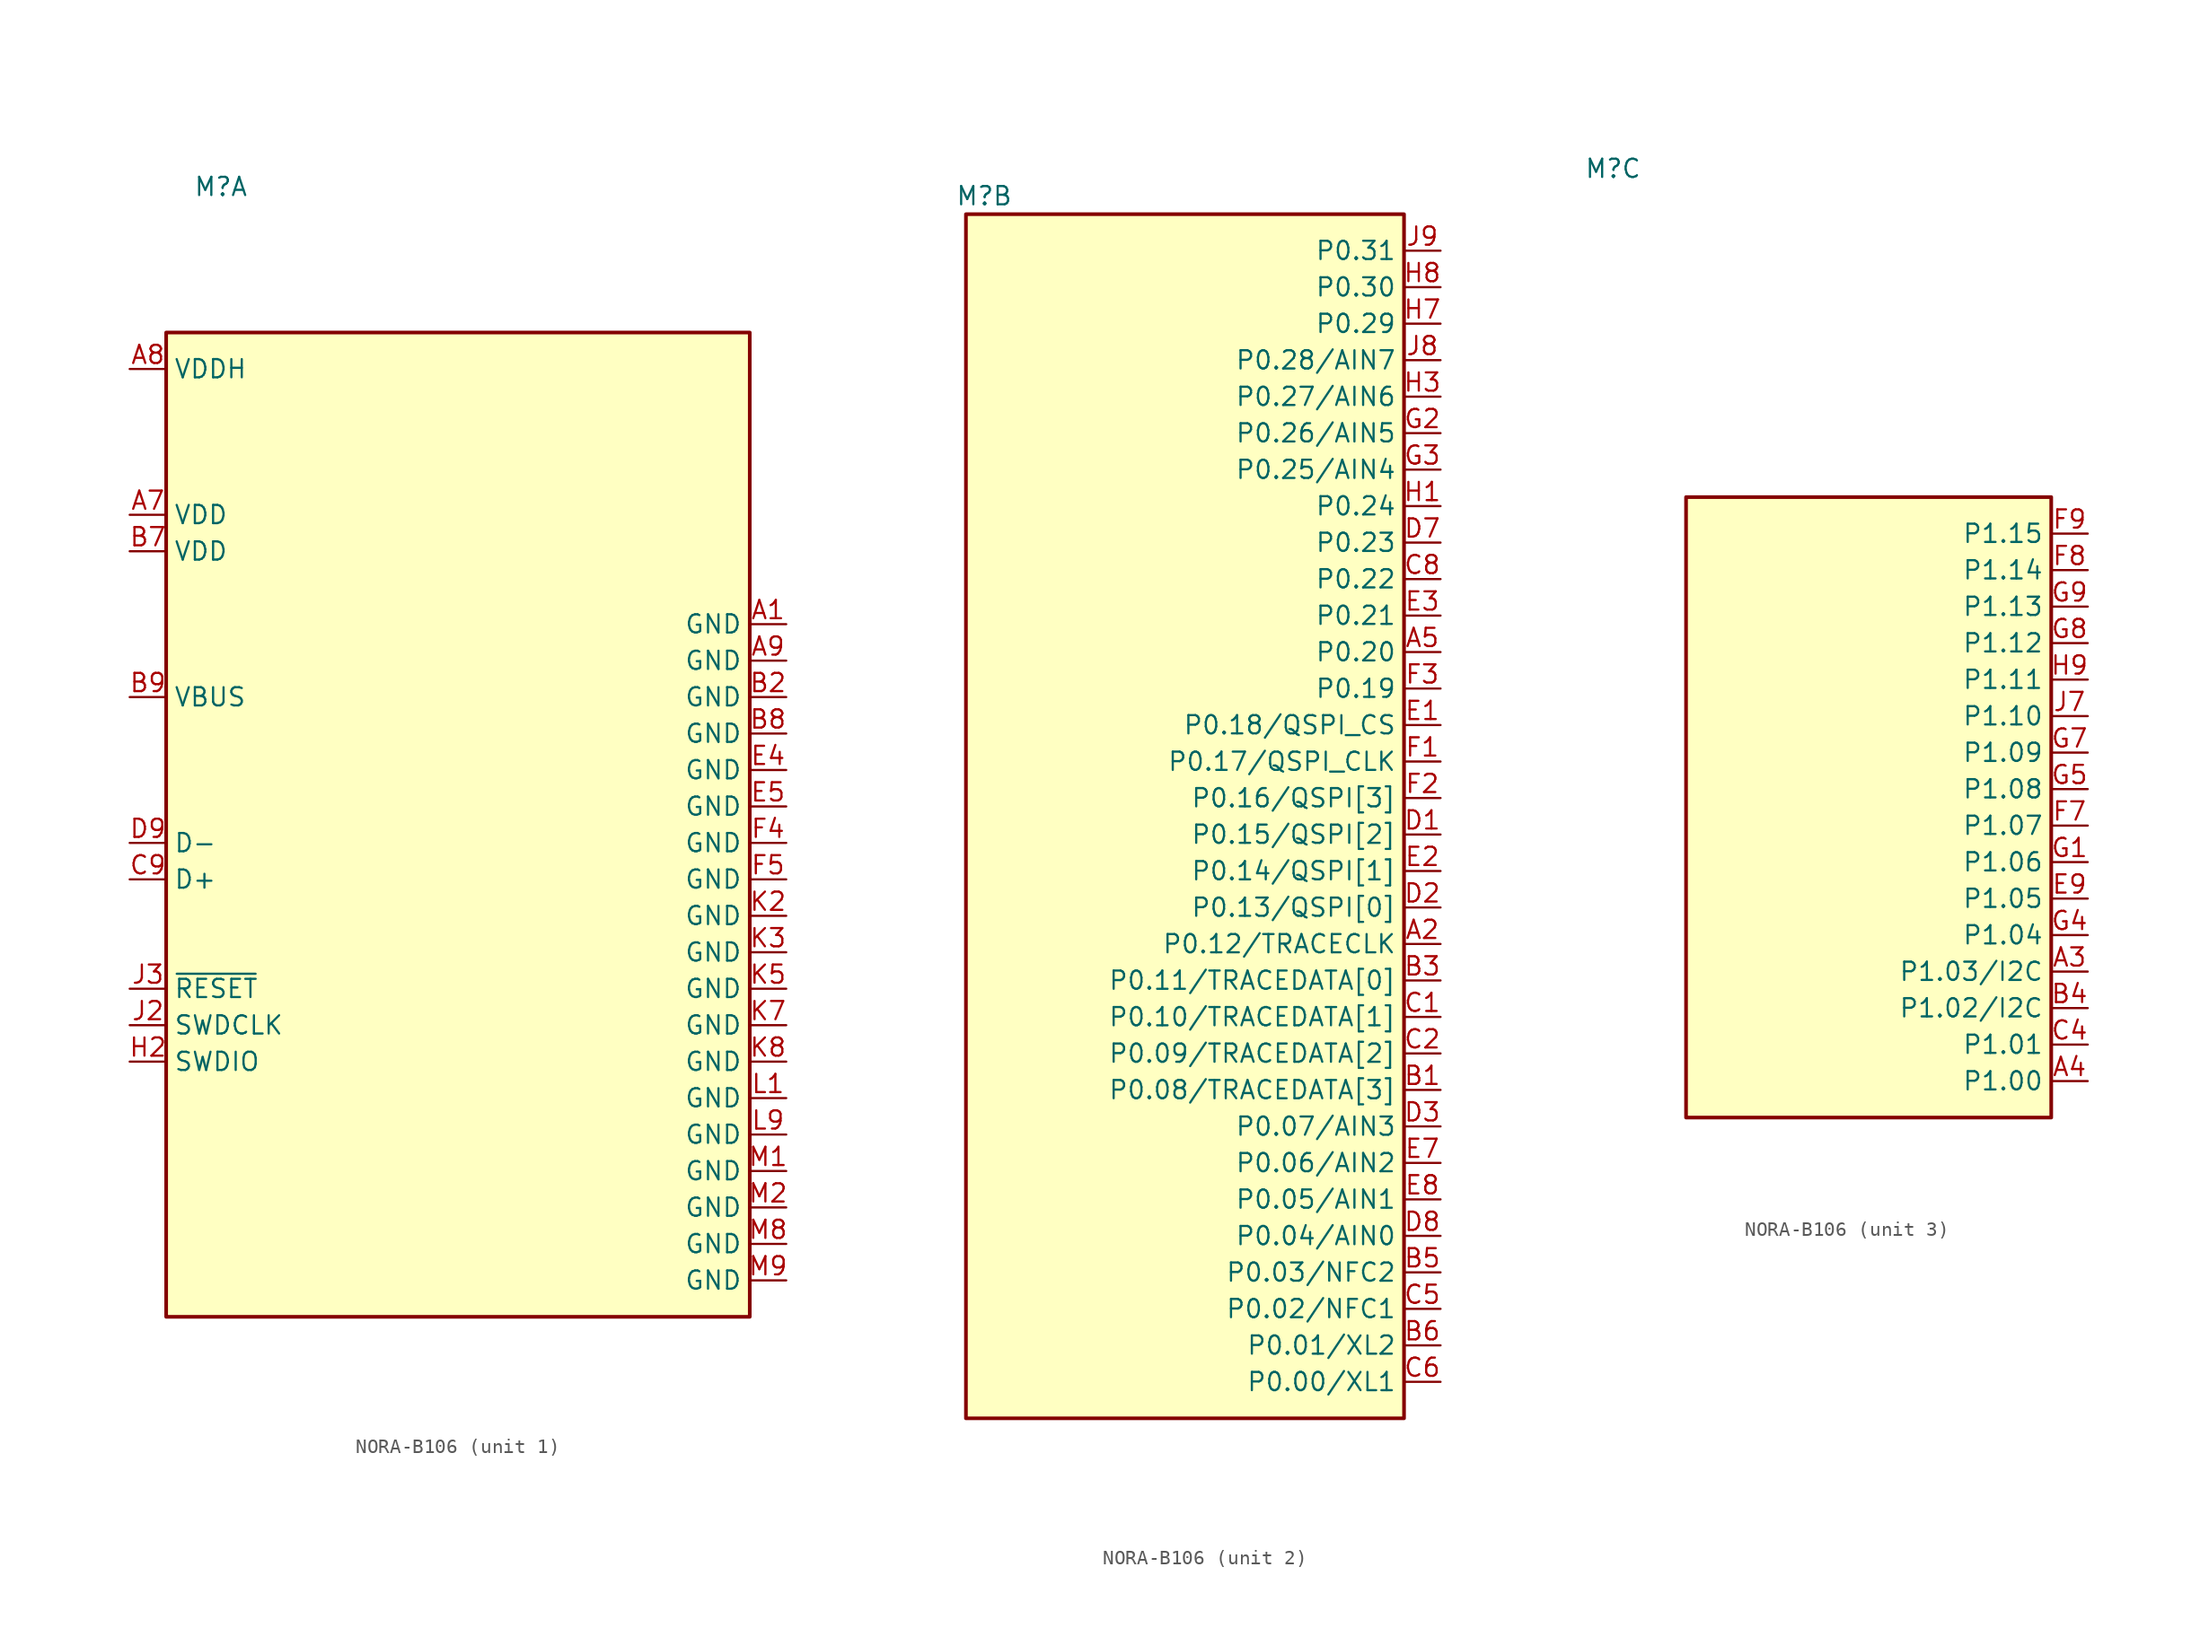
<source format=kicad_sym>
(kicad_symbol_lib
  (version 20220914)
  (generator kicad_symbol_editor)
  (symbol "NORA-B106"
    (property "Reference" "M"
      (at -17.78 44.45 0)
      (effects (font (size 1.27 1.27))))
    (property "Value" ""
      (at 0 0 0)
      (effects (font (size 1.27 1.27))))
    (property "ki_locked" ""
      (at 0 0 0)
      (effects (font (size 1.27 1.27))))
    (symbol "NORA-B106_1_0"
      (rectangle (start -21.59 34.29) (end 19.05 -34.29) (stroke (width 0.254) (type default)) (fill (type background)))
      (pin power_in line (at 21.59 13.97 180) (length 2.54) (name "GND" (effects (font (size 1.27 1.27)))) (number "A1" (effects (font (size 1.27 1.27)))))
      (pin no_connect line (at 21.59 31.75 180) (length 2.54) hide (name "NC" (effects (font (size 1.27 1.27)))) (number "A6" (effects (font (size 1.27 1.27)))))
      (pin power_in line (at -24.13 21.59 0) (length 2.54) (name "VDD" (effects (font (size 1.27 1.27)))) (number "A7" (effects (font (size 1.27 1.27)))))
      (pin power_in line (at -24.13 31.75 0) (length 2.54) (name "VDDH" (effects (font (size 1.27 1.27)))) (number "A8" (effects (font (size 1.27 1.27)))))
      (pin power_in line (at 21.59 11.43 180) (length 2.54) (name "GND" (effects (font (size 1.27 1.27)))) (number "A9" (effects (font (size 1.27 1.27)))))
      (pin power_in line (at 21.59 8.89 180) (length 2.54) (name "GND" (effects (font (size 1.27 1.27)))) (number "B2" (effects (font (size 1.27 1.27)))))
      (pin power_in line (at -24.13 19.05 0) (length 2.54) (name "VDD" (effects (font (size 1.27 1.27)))) (number "B7" (effects (font (size 1.27 1.27)))))
      (pin power_in line (at 21.59 6.35 180) (length 2.54) (name "GND" (effects (font (size 1.27 1.27)))) (number "B8" (effects (font (size 1.27 1.27)))))
      (pin power_in line (at -24.13 8.89 0) (length 2.54) (name "VBUS" (effects (font (size 1.27 1.27)))) (number "B9" (effects (font (size 1.27 1.27)))))
      (pin bidirectional line (at -24.13 -3.81 0) (length 2.54) (name "D+" (effects (font (size 1.27 1.27)))) (number "C9" (effects (font (size 1.27 1.27)))))
      (pin bidirectional line (at -24.13 -1.27 0) (length 2.54) (name "D-" (effects (font (size 1.27 1.27)))) (number "D9" (effects (font (size 1.27 1.27)))))
      (pin power_in line (at 21.59 3.81 180) (length 2.54) (name "GND" (effects (font (size 1.27 1.27)))) (number "E4" (effects (font (size 1.27 1.27)))))
      (pin power_in line (at 21.59 1.27 180) (length 2.54) (name "GND" (effects (font (size 1.27 1.27)))) (number "E5" (effects (font (size 1.27 1.27)))))
      (pin power_in line (at 21.59 -1.27 180) (length 2.54) (name "GND" (effects (font (size 1.27 1.27)))) (number "F4" (effects (font (size 1.27 1.27)))))
      (pin power_in line (at 21.59 -3.81 180) (length 2.54) (name "GND" (effects (font (size 1.27 1.27)))) (number "F5" (effects (font (size 1.27 1.27)))))
      (pin bidirectional line (at -24.13 -16.51 0) (length 2.54) (name "SWDIO" (effects (font (size 1.27 1.27)))) (number "H2" (effects (font (size 1.27 1.27)))))
      (pin no_connect line (at 21.59 29.21 180) (length 2.54) hide (name "NC" (effects (font (size 1.27 1.27)))) (number "J1" (effects (font (size 1.27 1.27)))))
      (pin input line (at -24.13 -13.97 0) (length 2.54) (name "SWDCLK" (effects (font (size 1.27 1.27)))) (number "J2" (effects (font (size 1.27 1.27)))))
      (pin input line (at -24.13 -11.43 0) (length 2.54) (name "~{RESET}" (effects (font (size 1.27 1.27)))) (number "J3" (effects (font (size 1.27 1.27)))))
      (pin no_connect line (at 21.59 26.67 180) (length 2.54) hide (name "NC" (effects (font (size 1.27 1.27)))) (number "J4" (effects (font (size 1.27 1.27)))))
      (pin no_connect line (at 21.59 24.13 180) (length 2.54) hide (name "NC" (effects (font (size 1.27 1.27)))) (number "J5" (effects (font (size 1.27 1.27)))))
      (pin no_connect line (at 21.59 21.59 180) (length 2.54) hide (name "NC" (effects (font (size 1.27 1.27)))) (number "K1" (effects (font (size 1.27 1.27)))))
      (pin power_in line (at 21.59 -6.35 180) (length 2.54) (name "GND" (effects (font (size 1.27 1.27)))) (number "K2" (effects (font (size 1.27 1.27)))))
      (pin power_in line (at 21.59 -8.89 180) (length 2.54) (name "GND" (effects (font (size 1.27 1.27)))) (number "K3" (effects (font (size 1.27 1.27)))))
      (pin power_in line (at 21.59 -11.43 180) (length 2.54) (name "GND" (effects (font (size 1.27 1.27)))) (number "K5" (effects (font (size 1.27 1.27)))))
      (pin power_in line (at 21.59 -13.97 180) (length 2.54) (name "GND" (effects (font (size 1.27 1.27)))) (number "K7" (effects (font (size 1.27 1.27)))))
      (pin power_in line (at 21.59 -16.51 180) (length 2.54) (name "GND" (effects (font (size 1.27 1.27)))) (number "K8" (effects (font (size 1.27 1.27)))))
      (pin no_connect line (at 21.59 19.05 180) (length 2.54) hide (name "NC" (effects (font (size 1.27 1.27)))) (number "K9" (effects (font (size 1.27 1.27)))))
      (pin power_in line (at 21.59 -19.05 180) (length 2.54) (name "GND" (effects (font (size 1.27 1.27)))) (number "L1" (effects (font (size 1.27 1.27)))))
      (pin power_in line (at 21.59 -21.59 180) (length 2.54) (name "GND" (effects (font (size 1.27 1.27)))) (number "L9" (effects (font (size 1.27 1.27)))))
      (pin power_in line (at 21.59 -24.13 180) (length 2.54) (name "GND" (effects (font (size 1.27 1.27)))) (number "M1" (effects (font (size 1.27 1.27)))))
      (pin power_in line (at 21.59 -26.67 180) (length 2.54) (name "GND" (effects (font (size 1.27 1.27)))) (number "M2" (effects (font (size 1.27 1.27)))))
      (pin power_in line (at 21.59 -29.21 180) (length 2.54) (name "GND" (effects (font (size 1.27 1.27)))) (number "M8" (effects (font (size 1.27 1.27)))))
      (pin power_in line (at 21.59 -31.75 180) (length 2.54) (name "GND" (effects (font (size 1.27 1.27)))) (number "M9" (effects (font (size 1.27 1.27))))))
    (symbol "NORA-B106_2_1"
      (rectangle (start -19.05 43.18) (end 11.43 -40.64) (stroke (width 0.254) (type default)) (fill (type background)))
      (pin bidirectional line (at 13.97 -7.62 180) (length 2.54) (name "P0.12/TRACECLK" (effects (font (size 1.27 1.27)))) (number "A2" (effects (font (size 1.27 1.27)))))
      (pin bidirectional line (at 13.97 12.7 180) (length 2.54) (name "P0.20" (effects (font (size 1.27 1.27)))) (number "A5" (effects (font (size 1.27 1.27)))))
      (pin bidirectional line (at 13.97 -17.78 180) (length 2.54) (name "P0.08/TRACEDATA[3]" (effects (font (size 1.27 1.27)))) (number "B1" (effects (font (size 1.27 1.27)))))
      (pin bidirectional line (at 13.97 -10.16 180) (length 2.54) (name "P0.11/TRACEDATA[0]" (effects (font (size 1.27 1.27)))) (number "B3" (effects (font (size 1.27 1.27)))))
      (pin bidirectional line (at 13.97 -30.48 180) (length 2.54) (name "P0.03/NFC2" (effects (font (size 1.27 1.27)))) (number "B5" (effects (font (size 1.27 1.27)))))
      (pin bidirectional line (at 13.97 -35.56 180) (length 2.54) (name "P0.01/XL2" (effects (font (size 1.27 1.27)))) (number "B6" (effects (font (size 1.27 1.27)))))
      (pin bidirectional line (at 13.97 -12.7 180) (length 2.54) (name "P0.10/TRACEDATA[1]" (effects (font (size 1.27 1.27)))) (number "C1" (effects (font (size 1.27 1.27)))))
      (pin bidirectional line (at 13.97 -15.24 180) (length 2.54) (name "P0.09/TRACEDATA[2]" (effects (font (size 1.27 1.27)))) (number "C2" (effects (font (size 1.27 1.27)))))
      (pin bidirectional line (at 13.97 -33.02 180) (length 2.54) (name "P0.02/NFC1" (effects (font (size 1.27 1.27)))) (number "C5" (effects (font (size 1.27 1.27)))))
      (pin bidirectional line (at 13.97 -38.1 180) (length 2.54) (name "P0.00/XL1" (effects (font (size 1.27 1.27)))) (number "C6" (effects (font (size 1.27 1.27)))))
      (pin bidirectional line (at 13.97 17.78 180) (length 2.54) (name "P0.22" (effects (font (size 1.27 1.27)))) (number "C8" (effects (font (size 1.27 1.27)))))
      (pin bidirectional line (at 13.97 0 180) (length 2.54) (name "P0.15/QSPI[2]" (effects (font (size 1.27 1.27)))) (number "D1" (effects (font (size 1.27 1.27)))))
      (pin bidirectional line (at 13.97 -5.08 180) (length 2.54) (name "P0.13/QSPI[0]" (effects (font (size 1.27 1.27)))) (number "D2" (effects (font (size 1.27 1.27)))))
      (pin bidirectional line (at 13.97 -20.32 180) (length 2.54) (name "P0.07/AIN3" (effects (font (size 1.27 1.27)))) (number "D3" (effects (font (size 1.27 1.27)))))
      (pin bidirectional line (at 13.97 20.32 180) (length 2.54) (name "P0.23" (effects (font (size 1.27 1.27)))) (number "D7" (effects (font (size 1.27 1.27)))))
      (pin bidirectional line (at 13.97 -27.94 180) (length 2.54) (name "P0.04/AIN0" (effects (font (size 1.27 1.27)))) (number "D8" (effects (font (size 1.27 1.27)))))
      (pin bidirectional line (at 13.97 7.62 180) (length 2.54) (name "P0.18/QSPI_CS" (effects (font (size 1.27 1.27)))) (number "E1" (effects (font (size 1.27 1.27)))))
      (pin bidirectional line (at 13.97 -2.54 180) (length 2.54) (name "P0.14/QSPI[1]" (effects (font (size 1.27 1.27)))) (number "E2" (effects (font (size 1.27 1.27)))))
      (pin bidirectional line (at 13.97 15.24 180) (length 2.54) (name "P0.21" (effects (font (size 1.27 1.27)))) (number "E3" (effects (font (size 1.27 1.27)))))
      (pin bidirectional line (at 13.97 -22.86 180) (length 2.54) (name "P0.06/AIN2" (effects (font (size 1.27 1.27)))) (number "E7" (effects (font (size 1.27 1.27)))))
      (pin bidirectional line (at 13.97 -25.4 180) (length 2.54) (name "P0.05/AIN1" (effects (font (size 1.27 1.27)))) (number "E8" (effects (font (size 1.27 1.27)))))
      (pin bidirectional line (at 13.97 5.08 180) (length 2.54) (name "P0.17/QSPI_CLK" (effects (font (size 1.27 1.27)))) (number "F1" (effects (font (size 1.27 1.27)))))
      (pin bidirectional line (at 13.97 2.54 180) (length 2.54) (name "P0.16/QSPI[3]" (effects (font (size 1.27 1.27)))) (number "F2" (effects (font (size 1.27 1.27)))))
      (pin bidirectional line (at 13.97 10.16 180) (length 2.54) (name "P0.19" (effects (font (size 1.27 1.27)))) (number "F3" (effects (font (size 1.27 1.27)))))
      (pin bidirectional line (at 13.97 27.94 180) (length 2.54) (name "P0.26/AIN5" (effects (font (size 1.27 1.27)))) (number "G2" (effects (font (size 1.27 1.27)))))
      (pin bidirectional line (at 13.97 25.4 180) (length 2.54) (name "P0.25/AIN4" (effects (font (size 1.27 1.27)))) (number "G3" (effects (font (size 1.27 1.27)))))
      (pin bidirectional line (at 13.97 22.86 180) (length 2.54) (name "P0.24" (effects (font (size 1.27 1.27)))) (number "H1" (effects (font (size 1.27 1.27)))))
      (pin bidirectional line (at 13.97 30.48 180) (length 2.54) (name "P0.27/AIN6" (effects (font (size 1.27 1.27)))) (number "H3" (effects (font (size 1.27 1.27)))))
      (pin bidirectional line (at 13.97 35.56 180) (length 2.54) (name "P0.29" (effects (font (size 1.27 1.27)))) (number "H7" (effects (font (size 1.27 1.27)))))
      (pin bidirectional line (at 13.97 38.1 180) (length 2.54) (name "P0.30" (effects (font (size 1.27 1.27)))) (number "H8" (effects (font (size 1.27 1.27)))))
      (pin bidirectional line (at 13.97 33.02 180) (length 2.54) (name "P0.28/AIN7" (effects (font (size 1.27 1.27)))) (number "J8" (effects (font (size 1.27 1.27)))))
      (pin bidirectional line (at 13.97 40.64 180) (length 2.54) (name "P0.31" (effects (font (size 1.27 1.27)))) (number "J9" (effects (font (size 1.27 1.27))))))
    (symbol "NORA-B106_3_1"
      (rectangle (start -12.7 21.59) (end 12.7 -21.59) (stroke (width 0.254) (type default)) (fill (type background)))
      (pin bidirectional line (at 15.24 -11.43 180) (length 2.54) (name "P1.03/I2C" (effects (font (size 1.27 1.27)))) (number "A3" (effects (font (size 1.27 1.27)))))
      (pin bidirectional line (at 15.24 -19.05 180) (length 2.54) (name "P1.00" (effects (font (size 1.27 1.27)))) (number "A4" (effects (font (size 1.27 1.27)))))
      (pin bidirectional line (at 15.24 -13.97 180) (length 2.54) (name "P1.02/I2C" (effects (font (size 1.27 1.27)))) (number "B4" (effects (font (size 1.27 1.27)))))
      (pin bidirectional line (at 15.24 -16.51 180) (length 2.54) (name "P1.01" (effects (font (size 1.27 1.27)))) (number "C4" (effects (font (size 1.27 1.27)))))
      (pin bidirectional line (at 15.24 -6.35 180) (length 2.54) (name "P1.05" (effects (font (size 1.27 1.27)))) (number "E9" (effects (font (size 1.27 1.27)))))
      (pin bidirectional line (at 15.24 -1.27 180) (length 2.54) (name "P1.07" (effects (font (size 1.27 1.27)))) (number "F7" (effects (font (size 1.27 1.27)))))
      (pin bidirectional line (at 15.24 16.51 180) (length 2.54) (name "P1.14" (effects (font (size 1.27 1.27)))) (number "F8" (effects (font (size 1.27 1.27)))))
      (pin bidirectional line (at 15.24 19.05 180) (length 2.54) (name "P1.15" (effects (font (size 1.27 1.27)))) (number "F9" (effects (font (size 1.27 1.27)))))
      (pin bidirectional line (at 15.24 -3.81 180) (length 2.54) (name "P1.06" (effects (font (size 1.27 1.27)))) (number "G1" (effects (font (size 1.27 1.27)))))
      (pin bidirectional line (at 15.24 -8.89 180) (length 2.54) (name "P1.04" (effects (font (size 1.27 1.27)))) (number "G4" (effects (font (size 1.27 1.27)))))
      (pin bidirectional line (at 15.24 1.27 180) (length 2.54) (name "P1.08" (effects (font (size 1.27 1.27)))) (number "G5" (effects (font (size 1.27 1.27)))))
      (pin bidirectional line (at 15.24 3.81 180) (length 2.54) (name "P1.09" (effects (font (size 1.27 1.27)))) (number "G7" (effects (font (size 1.27 1.27)))))
      (pin bidirectional line (at 15.24 11.43 180) (length 2.54) (name "P1.12" (effects (font (size 1.27 1.27)))) (number "G8" (effects (font (size 1.27 1.27)))))
      (pin bidirectional line (at 15.24 13.97 180) (length 2.54) (name "P1.13" (effects (font (size 1.27 1.27)))) (number "G9" (effects (font (size 1.27 1.27)))))
      (pin bidirectional line (at 15.24 8.89 180) (length 2.54) (name "P1.11" (effects (font (size 1.27 1.27)))) (number "H9" (effects (font (size 1.27 1.27)))))
      (pin bidirectional line (at 15.24 6.35 180) (length 2.54) (name "P1.10" (effects (font (size 1.27 1.27)))) (number "J7" (effects (font (size 1.27 1.27))))))))
</source>
